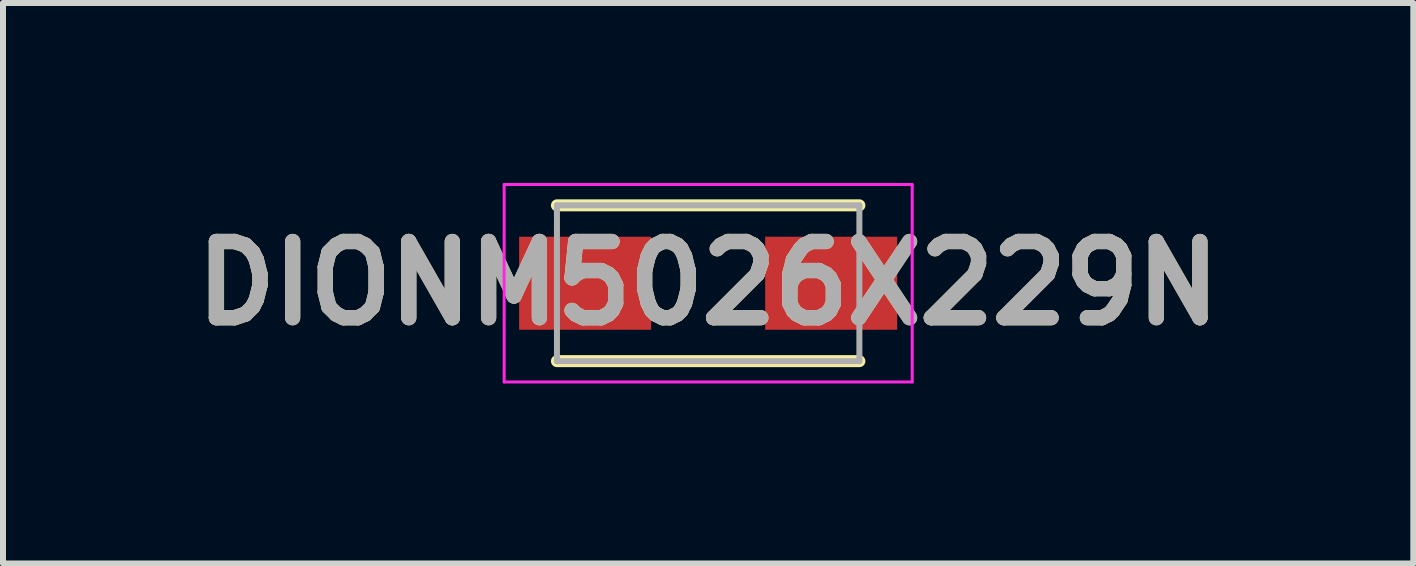
<source format=kicad_pcb>
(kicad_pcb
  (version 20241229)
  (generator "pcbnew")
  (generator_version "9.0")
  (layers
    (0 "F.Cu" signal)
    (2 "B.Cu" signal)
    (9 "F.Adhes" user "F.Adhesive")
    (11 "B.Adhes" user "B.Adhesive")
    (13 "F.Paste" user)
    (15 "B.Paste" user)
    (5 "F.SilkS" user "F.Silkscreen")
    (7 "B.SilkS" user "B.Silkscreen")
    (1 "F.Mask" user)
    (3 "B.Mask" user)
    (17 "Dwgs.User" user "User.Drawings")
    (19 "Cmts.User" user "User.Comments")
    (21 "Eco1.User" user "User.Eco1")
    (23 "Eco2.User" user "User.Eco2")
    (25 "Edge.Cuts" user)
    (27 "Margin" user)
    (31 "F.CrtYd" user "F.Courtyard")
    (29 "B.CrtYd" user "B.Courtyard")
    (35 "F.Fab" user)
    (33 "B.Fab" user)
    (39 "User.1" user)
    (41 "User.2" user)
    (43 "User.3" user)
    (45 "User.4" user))
  (footprint "DIONM5026X229N"
    (layer "F.Cu")
    (at 8.751 1.67)
    (property "Reference" "DIONM5026X229N" (at 0 0 0) (layer "F.SilkS") (effects (font (size 1.27 1.27) (thickness 0.254))))
    (attr smd)
    (fp_line (start -2.52 1.298) (end 2.52 1.298) (stroke (width 0.2) (type solid)) (layer "F.SilkS"))
    (fp_line (start 2.52 -1.298) (end -2.52 -1.298) (stroke (width 0.2) (type solid)) (layer "F.SilkS"))
    (fp_line (start -3.4 -1.645) (end 3.4 -1.645) (stroke (width 0.05) (type solid)) (layer "F.CrtYd"))
    (fp_line (start -3.4 1.645) (end -3.4 -1.645) (stroke (width 0.05) (type solid)) (layer "F.CrtYd"))
    (fp_line (start 3.4 -1.645) (end 3.4 1.645) (stroke (width 0.05) (type solid)) (layer "F.CrtYd"))
    (fp_line (start 3.4 1.645) (end -3.4 1.645) (stroke (width 0.05) (type solid)) (layer "F.CrtYd"))
    (fp_line (start -2.52 -1.298) (end 2.52 -1.298) (stroke (width 0.1) (type solid)) (layer "F.Fab"))
    (fp_line (start -2.52 1.298) (end -2.52 -1.298) (stroke (width 0.1) (type solid)) (layer "F.Fab"))
    (fp_line (start 2.52 -1.298) (end 2.52 1.298) (stroke (width 0.1) (type solid)) (layer "F.Fab"))
    (fp_line (start 2.52 1.298) (end -2.52 1.298) (stroke (width 0.1) (type solid)) (layer "F.Fab"))
    (fp_text user "${REFERENCE}" (at 0 0 0) (layer "F.Fab") (effects (font (size 1.27 1.27) (thickness 0.254))))
    (pad "1" smd rect (at -2.05 0 90) (size 1.55 2.2) (layers "F.Cu" "F.Mask" "F.Paste"))
    (pad "2" smd rect (at 2.05 0 90) (size 1.55 2.2) (layers "F.Cu" "F.Mask" "F.Paste")))
  (gr_rect
    (start -3 -3)
    (end 20.502 6.34)
    (stroke (width 0.1) (type default))
    (fill no)
    (layer "Edge.Cuts")))
</source>
